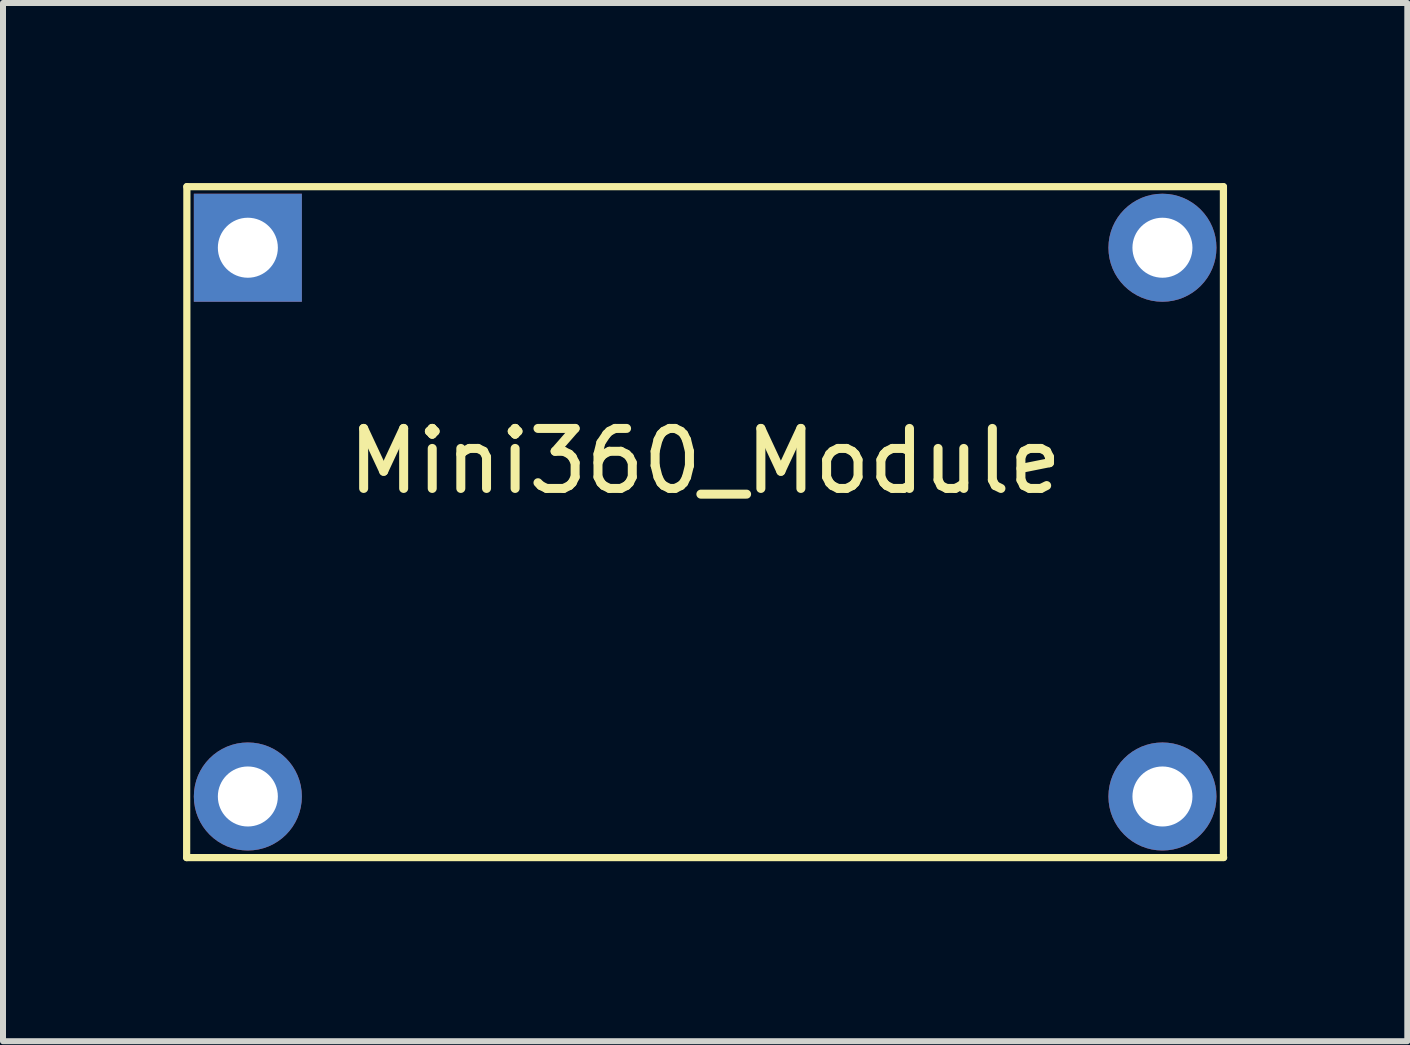
<source format=kicad_pcb>
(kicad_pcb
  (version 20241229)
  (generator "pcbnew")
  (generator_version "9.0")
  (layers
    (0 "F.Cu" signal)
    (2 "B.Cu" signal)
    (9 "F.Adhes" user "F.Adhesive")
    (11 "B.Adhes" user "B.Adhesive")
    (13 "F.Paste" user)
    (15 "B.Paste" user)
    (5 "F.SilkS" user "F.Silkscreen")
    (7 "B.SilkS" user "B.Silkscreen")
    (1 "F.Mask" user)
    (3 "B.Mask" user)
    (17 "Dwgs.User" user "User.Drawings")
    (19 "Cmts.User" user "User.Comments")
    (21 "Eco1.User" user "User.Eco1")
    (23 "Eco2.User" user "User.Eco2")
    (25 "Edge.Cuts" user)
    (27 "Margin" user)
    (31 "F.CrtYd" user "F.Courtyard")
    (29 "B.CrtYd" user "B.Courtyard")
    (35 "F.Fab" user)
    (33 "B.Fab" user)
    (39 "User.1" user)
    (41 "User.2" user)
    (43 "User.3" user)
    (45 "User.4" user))
  (footprint "Mini360_Module"
    (layer "F.Cu")
    (at 8.7 5.65)
    (property "Reference" "Mini360_Module" (at 0 -1.016 0) (layer "F.SilkS") (effects (font (size 1 1) (thickness 0.15))))
    (attr through_hole)
    (fp_line (start -8.64 5.59) (end -8.636 -5.59) (stroke (width 0.12) (type solid)) (layer "F.SilkS"))
    (fp_line (start -8.636 -5.59) (end 8.636 -5.59) (stroke (width 0.12) (type solid)) (layer "F.SilkS"))
    (fp_line (start 8.636 -5.588) (end 8.636 5.588) (stroke (width 0.12) (type solid)) (layer "F.SilkS"))
    (fp_line (start 8.64 5.59) (end -8.64 5.59) (stroke (width 0.12) (type solid)) (layer "F.SilkS"))
    (pad "1" thru_hole rect (at -7.62 -4.572) (size 1.8 1.8) (drill 1) (layers "*.Cu" "*.Mask"))
    (pad "2" thru_hole circle (at -7.62 4.572) (size 1.8 1.8) (drill 1) (layers "*.Cu" "*.Mask"))
    (pad "3" thru_hole circle (at 7.62 -4.572) (size 1.8 1.8) (drill 1) (layers "*.Cu" "*.Mask"))
    (pad "4" thru_hole circle (at 7.62 4.572) (size 1.8 1.8) (drill 1) (layers "*.Cu" "*.Mask")))
  (gr_rect
    (start -3 -3)
    (end 20.4 14.3)
    (stroke (width 0.1) (type default))
    (fill no)
    (layer "Edge.Cuts")))
</source>
